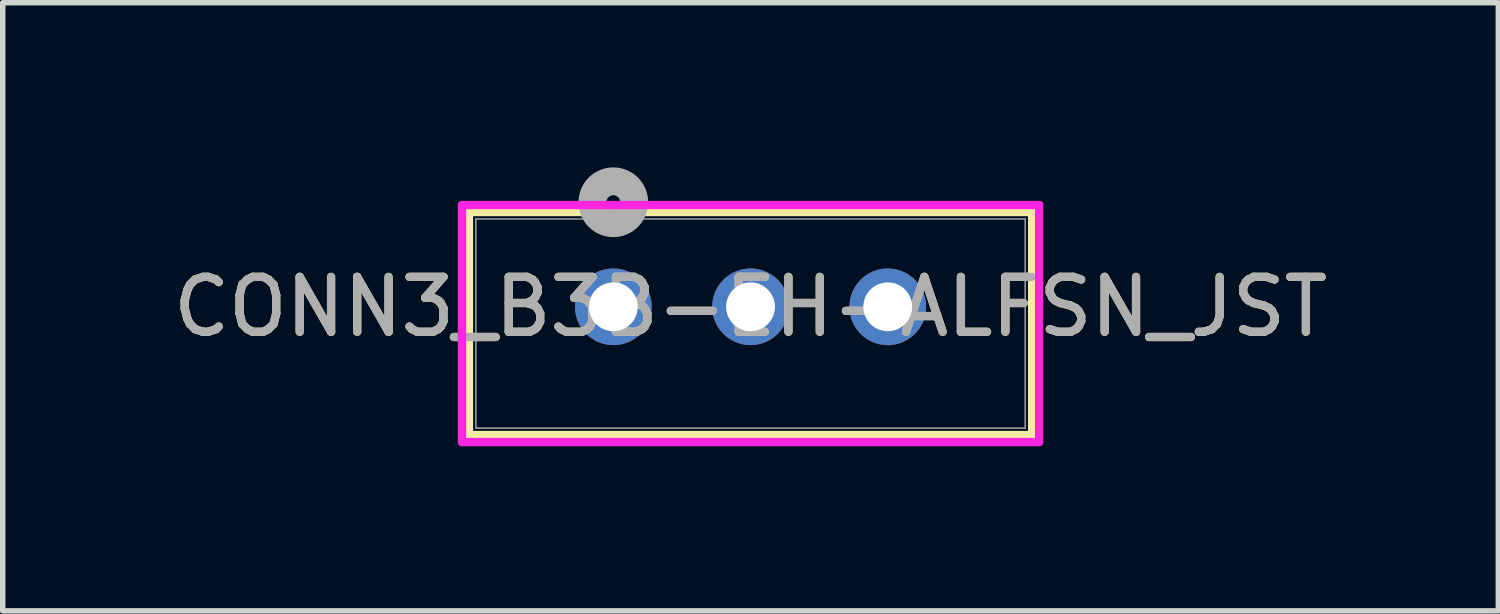
<source format=kicad_pcb>
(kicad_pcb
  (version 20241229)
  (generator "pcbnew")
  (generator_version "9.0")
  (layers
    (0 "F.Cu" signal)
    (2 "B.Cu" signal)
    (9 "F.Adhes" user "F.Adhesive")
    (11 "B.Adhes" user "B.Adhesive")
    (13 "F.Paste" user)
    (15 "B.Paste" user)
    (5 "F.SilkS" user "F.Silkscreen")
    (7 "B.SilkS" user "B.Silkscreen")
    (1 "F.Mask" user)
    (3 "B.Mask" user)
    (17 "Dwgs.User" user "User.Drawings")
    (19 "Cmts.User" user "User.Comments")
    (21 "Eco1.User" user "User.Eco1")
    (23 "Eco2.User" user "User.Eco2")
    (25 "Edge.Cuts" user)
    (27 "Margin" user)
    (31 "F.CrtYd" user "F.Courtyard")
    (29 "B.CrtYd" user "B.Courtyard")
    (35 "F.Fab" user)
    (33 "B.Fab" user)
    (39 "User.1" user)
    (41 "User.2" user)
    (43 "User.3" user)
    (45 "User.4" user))
  (footprint "CONN3_B3B-EH-ALFSN_JST"
    (layer "F.Cu")
    (at 8.125 2.54)
    (property "Reference" "CONN3_B3B-EH-ALFSN_JST" (at 2.5 0 0) (unlocked yes) (layer "F.SilkS") (effects (font (size 1 1) (thickness 0.15))))
    (attr through_hole)
    (fp_line (start -2.631 -1.727) (end -2.631 2.337) (stroke (width 0.152) (type solid)) (layer "F.SilkS"))
    (fp_line (start -2.631 2.337) (end 7.631 2.337) (stroke (width 0.152) (type solid)) (layer "F.SilkS"))
    (fp_line (start 7.631 -1.727) (end -2.631 -1.727) (stroke (width 0.152) (type solid)) (layer "F.SilkS"))
    (fp_line (start 7.631 2.337) (end 7.631 -1.727) (stroke (width 0.152) (type solid)) (layer "F.SilkS"))
    (fp_line (start -2.758 -1.854) (end -2.758 2.464) (stroke (width 0.152) (type solid)) (layer "F.CrtYd"))
    (fp_line (start -2.758 2.464) (end 7.758 2.464) (stroke (width 0.152) (type solid)) (layer "F.CrtYd"))
    (fp_line (start 7.758 -1.854) (end -2.758 -1.854) (stroke (width 0.152) (type solid)) (layer "F.CrtYd"))
    (fp_line (start 7.758 2.464) (end 7.758 -1.854) (stroke (width 0.152) (type solid)) (layer "F.CrtYd"))
    (fp_line (start -2.504 -1.6) (end -2.504 2.21) (stroke (width 0.025) (type solid)) (layer "F.Fab"))
    (fp_line (start -2.504 2.21) (end 7.504 2.21) (stroke (width 0.025) (type solid)) (layer "F.Fab"))
    (fp_line (start 7.504 -1.6) (end -2.504 -1.6) (stroke (width 0.025) (type solid)) (layer "F.Fab"))
    (fp_line (start 7.504 2.21) (end 7.504 -1.6) (stroke (width 0.025) (type solid)) (layer "F.Fab"))
    (fp_circle (center 0 -1.905) (end 0.381 -1.905) (stroke (width 0.508) (type solid)) (fill no) (layer "F.Fab"))
    (fp_text user "${REFERENCE}" (at 2.5 0 0) (unlocked yes) (layer "F.Fab") (effects (font (size 1 1) (thickness 0.15))))
    (pad "1" thru_hole circle (at 0 0) (size 1.397 1.397) (drill 0.889) (layers "*.Cu" "*.Mask"))
    (pad "2" thru_hole circle (at 2.5 0) (size 1.397 1.397) (drill 0.889) (layers "*.Cu" "*.Mask"))
    (pad "3" thru_hole circle (at 5 0) (size 1.397 1.397) (drill 0.889) (layers "*.Cu" "*.Mask")))
  (gr_rect
    (start -3 -3)
    (end 24.25 8.08)
    (stroke (width 0.1) (type default))
    (fill no)
    (layer "Edge.Cuts")))
</source>
